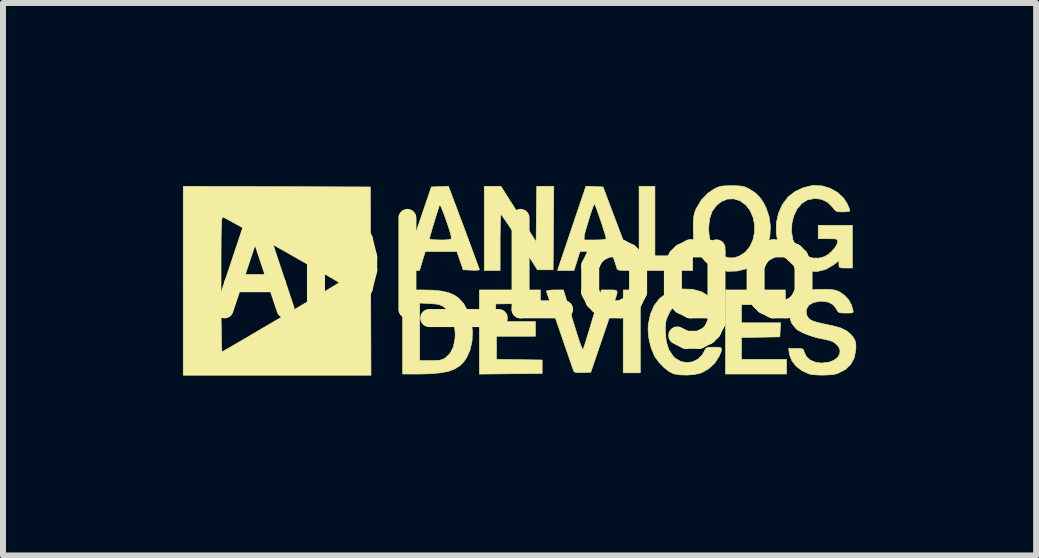
<source format=kicad_pcb>
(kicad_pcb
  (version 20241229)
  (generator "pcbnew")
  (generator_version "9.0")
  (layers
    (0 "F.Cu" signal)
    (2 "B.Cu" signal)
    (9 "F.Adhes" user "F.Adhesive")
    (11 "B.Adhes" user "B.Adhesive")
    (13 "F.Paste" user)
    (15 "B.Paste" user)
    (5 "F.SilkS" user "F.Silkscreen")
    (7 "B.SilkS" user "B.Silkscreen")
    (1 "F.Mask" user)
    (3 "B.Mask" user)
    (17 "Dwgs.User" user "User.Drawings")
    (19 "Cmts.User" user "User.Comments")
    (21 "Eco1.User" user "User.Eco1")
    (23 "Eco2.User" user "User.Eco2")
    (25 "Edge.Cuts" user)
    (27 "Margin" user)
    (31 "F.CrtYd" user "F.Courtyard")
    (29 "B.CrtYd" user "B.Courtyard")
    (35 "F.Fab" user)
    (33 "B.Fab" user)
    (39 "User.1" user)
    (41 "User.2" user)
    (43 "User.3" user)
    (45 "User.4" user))
  (footprint "ADI_Logo"
    (layer "F.Cu")
    (at 5.593 1.418)
    (property "Reference" "ADI_Logo" (at 0 0 0) (layer "F.SilkS") (effects (font (size 1.524 1.524) (thickness 0.3))))
    (attr through_hole)
    (fp_poly (pts (xy 2.032 1.748) (xy 1.748 1.748) (xy 1.748 0.366) (xy 2.032 0.366) (xy 2.032 1.748)) (stroke (width 0.01) (type solid)) (fill yes) (layer "F.SilkS"))
    (fp_poly (pts (xy 2.276 -0.203) (xy 2.906 -0.203) (xy 2.906 0.041) (xy 2.012 0.041) (xy 2.012 -1.361) (xy 2.276 -1.361) (xy 2.276 -0.203)) (stroke (width 0.01) (type solid)) (fill yes) (layer "F.SilkS"))
    (fp_poly (pts (xy 4.45 0.61) (xy 3.719 0.61) (xy 3.719 0.914) (xy 4.371 0.914) (xy 4.359 1.148) (xy 4.039 1.154) (xy 3.719 1.159) (xy 3.719 1.524) (xy 4.47 1.524) (xy 4.47 1.768) (xy 3.454 1.768) (xy 3.454 0.366) (xy 4.45 0.366) (xy 4.45 0.61)) (stroke (width 0.01) (type solid)) (fill yes) (layer "F.SilkS"))
    (fp_poly (pts (xy 0.366 0.588) (xy -0.005 0.594) (xy -0.376 0.599) (xy -0.382 0.747) (xy -0.388 0.894) (xy 0.284 0.894) (xy 0.284 1.138) (xy -0.366 1.138) (xy -0.366 1.523) (xy 0.015 1.529) (xy 0.396 1.534) (xy 0.396 1.758) (xy -0.65 1.769) (xy -0.65 0.366) (xy 0.366 0.366) (xy 0.366 0.588)) (stroke (width 0.01) (type solid)) (fill yes) (layer "F.SilkS"))
    (fp_poly (pts (xy 0.295 -0.437) (xy 0.306 -1.361) (xy 0.59 -1.361) (xy 0.584 -0.665) (xy 0.579 0.03) (xy 0.318 0.03) (xy 0.022 -0.431) (xy -0.057 -0.553) (xy -0.129 -0.663) (xy -0.191 -0.756) (xy -0.241 -0.828) (xy -0.274 -0.876) (xy -0.289 -0.893) (xy -0.29 -0.893) (xy -0.294 -0.874) (xy -0.298 -0.82) (xy -0.301 -0.737) (xy -0.303 -0.629) (xy -0.305 -0.504) (xy -0.305 -0.427) (xy -0.305 0.041) (xy -0.569 0.041) (xy -0.569 -1.361) (xy -0.291 -1.361) (xy 0.295 -0.437)) (stroke (width 0.01) (type solid)) (fill yes) (layer "F.SilkS"))
    (fp_poly (pts (xy -1.437 0.37) (xy -1.29 0.384) (xy -1.171 0.41) (xy -1.075 0.449) (xy -0.996 0.504) (xy -0.928 0.576) (xy -0.905 0.609) (xy -0.831 0.745) (xy -0.785 0.898) (xy -0.766 1.06) (xy -0.773 1.22) (xy -0.808 1.372) (xy -0.869 1.505) (xy -0.911 1.565) (xy -0.979 1.632) (xy -1.062 1.683) (xy -1.164 1.722) (xy -1.292 1.747) (xy -1.449 1.762) (xy -1.641 1.768) (xy -1.661 1.768) (xy -1.93 1.768) (xy -1.93 1.544) (xy -1.646 1.544) (xy -1.466 1.544) (xy -1.373 1.543) (xy -1.31 1.537) (xy -1.263 1.524) (xy -1.222 1.502) (xy -1.217 1.499) (xy -1.137 1.422) (xy -1.084 1.316) (xy -1.057 1.18) (xy -1.053 1.101) (xy -1.067 0.942) (xy -1.11 0.809) (xy -1.18 0.703) (xy -1.229 0.66) (xy -1.272 0.63) (xy -1.317 0.612) (xy -1.375 0.601) (xy -1.459 0.594) (xy -1.475 0.593) (xy -1.646 0.584) (xy -1.646 1.544) (xy -1.93 1.544) (xy -1.93 0.366) (xy -1.619 0.366) (xy -1.437 0.37)) (stroke (width 0.01) (type solid)) (fill yes) (layer "F.SilkS"))
    (fp_poly (pts (xy 0.82 0.594) (xy 0.855 0.705) (xy 0.896 0.839) (xy 0.939 0.977) (xy 0.978 1.103) (xy 1.01 1.202) (xy 1.038 1.282) (xy 1.061 1.336) (xy 1.075 1.358) (xy 1.079 1.357) (xy 1.089 1.329) (xy 1.109 1.27) (xy 1.135 1.187) (xy 1.165 1.088) (xy 1.178 1.046) (xy 1.215 0.923) (xy 1.254 0.793) (xy 1.291 0.67) (xy 1.321 0.571) (xy 1.323 0.564) (xy 1.384 0.366) (xy 1.515 0.366) (xy 1.586 0.367) (xy 1.625 0.372) (xy 1.642 0.385) (xy 1.645 0.408) (xy 1.645 0.411) (xy 1.638 0.441) (xy 1.62 0.504) (xy 1.591 0.596) (xy 1.554 0.712) (xy 1.51 0.846) (xy 1.46 0.995) (xy 1.425 1.097) (xy 1.207 1.737) (xy 1.071 1.743) (xy 0.989 1.744) (xy 0.942 1.737) (xy 0.925 1.723) (xy 0.901 1.658) (xy 0.869 1.567) (xy 0.831 1.456) (xy 0.787 1.329) (xy 0.74 1.193) (xy 0.692 1.052) (xy 0.644 0.912) (xy 0.598 0.778) (xy 0.556 0.655) (xy 0.521 0.549) (xy 0.493 0.465) (xy 0.474 0.409) (xy 0.467 0.385) (xy 0.467 0.385) (xy 0.486 0.376) (xy 0.535 0.369) (xy 0.604 0.366) (xy 0.608 0.366) (xy 0.75 0.366) (xy 0.82 0.594)) (stroke (width 0.01) (type solid)) (fill yes) (layer "F.SilkS"))
    (fp_poly (pts (xy 1.268 -1.357) (xy 1.411 -1.351) (xy 1.66 -0.691) (xy 1.719 -0.535) (xy 1.774 -0.39) (xy 1.822 -0.261) (xy 1.863 -0.152) (xy 1.894 -0.068) (xy 1.915 -0.014) (xy 1.921 0.005) (xy 1.923 0.024) (xy 1.908 0.035) (xy 1.869 0.039) (xy 1.796 0.041) (xy 1.792 0.041) (xy 1.717 0.04) (xy 1.674 0.035) (xy 1.651 0.022) (xy 1.64 -0.001) (xy 1.637 -0.011) (xy 1.623 -0.059) (xy 1.6 -0.127) (xy 1.583 -0.174) (xy 1.541 -0.286) (xy 1.284 -0.28) (xy 1.026 -0.274) (xy 0.977 -0.117) (xy 0.927 0.041) (xy 0.652 0.041) (xy 0.843 -0.524) (xy 1.097 -0.524) (xy 1.097 -0.467) (xy 1.28 -0.467) (xy 1.375 -0.469) (xy 1.433 -0.475) (xy 1.46 -0.486) (xy 1.463 -0.493) (xy 1.457 -0.521) (xy 1.441 -0.578) (xy 1.417 -0.653) (xy 1.389 -0.741) (xy 1.358 -0.831) (xy 1.328 -0.918) (xy 1.302 -0.992) (xy 1.281 -1.045) (xy 1.269 -1.07) (xy 1.268 -1.071) (xy 1.254 -1.045) (xy 1.233 -0.989) (xy 1.207 -0.912) (xy 1.179 -0.823) (xy 1.151 -0.731) (xy 1.126 -0.646) (xy 1.107 -0.577) (xy 1.098 -0.532) (xy 1.097 -0.524) (xy 0.843 -0.524) (xy 0.889 -0.661) (xy 1.126 -1.363) (xy 1.268 -1.357)) (stroke (width 0.01) (type solid)) (fill yes) (layer "F.SilkS"))
    (fp_poly (pts (xy -0.908 -0.675) (xy -0.849 -0.516) (xy -0.795 -0.37) (xy -0.747 -0.24) (xy -0.707 -0.131) (xy -0.676 -0.047) (xy -0.657 0.007) (xy -0.65 0.028) (xy -0.669 0.035) (xy -0.717 0.038) (xy -0.785 0.036) (xy -0.92 0.03) (xy -1.026 -0.274) (xy -1.553 -0.274) (xy -1.601 -0.117) (xy -1.648 0.041) (xy -1.779 0.041) (xy -1.858 0.038) (xy -1.899 0.028) (xy -1.909 0.015) (xy -1.902 -0.009) (xy -1.884 -0.068) (xy -1.856 -0.156) (xy -1.818 -0.268) (xy -1.774 -0.401) (xy -1.745 -0.486) (xy -1.483 -0.486) (xy -1.465 -0.478) (xy -1.414 -0.471) (xy -1.341 -0.468) (xy -1.3 -0.467) (xy -1.213 -0.468) (xy -1.159 -0.472) (xy -1.13 -0.479) (xy -1.119 -0.493) (xy -1.118 -0.504) (xy -1.124 -0.541) (xy -1.14 -0.603) (xy -1.165 -0.681) (xy -1.194 -0.768) (xy -1.225 -0.855) (xy -1.255 -0.936) (xy -1.281 -1) (xy -1.301 -1.042) (xy -1.312 -1.052) (xy -1.321 -1.03) (xy -1.338 -0.978) (xy -1.362 -0.904) (xy -1.389 -0.816) (xy -1.417 -0.724) (xy -1.443 -0.637) (xy -1.464 -0.562) (xy -1.479 -0.508) (xy -1.483 -0.486) (xy -1.745 -0.486) (xy -1.724 -0.549) (xy -1.679 -0.681) (xy -1.451 -1.351) (xy -1.309 -1.357) (xy -1.166 -1.363) (xy -0.908 -0.675)) (stroke (width 0.01) (type solid)) (fill yes) (layer "F.SilkS"))
    (fp_poly (pts (xy -4.028 -1.356) (xy -2.469 -1.351) (xy -2.458 1.788) (xy -5.588 1.788) (xy -5.588 0.25) (xy -4.958 0.25) (xy -4.958 0.275) (xy -4.958 0.484) (xy -4.957 0.681) (xy -4.956 0.862) (xy -4.954 1.022) (xy -4.952 1.159) (xy -4.949 1.268) (xy -4.946 1.347) (xy -4.943 1.391) (xy -4.941 1.399) (xy -4.921 1.387) (xy -4.869 1.357) (xy -4.788 1.311) (xy -4.682 1.249) (xy -4.554 1.174) (xy -4.407 1.088) (xy -4.245 0.992) (xy -4.07 0.89) (xy -3.956 0.823) (xy -3.776 0.717) (xy -3.606 0.616) (xy -3.451 0.524) (xy -3.312 0.442) (xy -3.194 0.371) (xy -3.1 0.314) (xy -3.032 0.273) (xy -2.995 0.249) (xy -2.988 0.244) (xy -3.005 0.232) (xy -3.053 0.203) (xy -3.13 0.158) (xy -3.229 0.101) (xy -3.349 0.032) (xy -3.485 -0.045) (xy -3.633 -0.129) (xy -3.788 -0.217) (xy -3.948 -0.308) (xy -4.109 -0.398) (xy -4.265 -0.486) (xy -4.414 -0.569) (xy -4.551 -0.646) (xy -4.673 -0.713) (xy -4.776 -0.77) (xy -4.855 -0.813) (xy -4.908 -0.84) (xy -4.928 -0.85) (xy -4.935 -0.847) (xy -4.94 -0.834) (xy -4.945 -0.807) (xy -4.949 -0.764) (xy -4.952 -0.702) (xy -4.954 -0.617) (xy -4.956 -0.506) (xy -4.957 -0.367) (xy -4.958 -0.197) (xy -4.958 0.008) (xy -4.958 0.25) (xy -5.588 0.25) (xy -5.588 -1.362) (xy -4.028 -1.356)) (stroke (width 0.01) (type solid)) (fill yes) (layer "F.SilkS"))
    (fp_poly (pts (xy 2.902 0.355) (xy 3.048 0.395) (xy 3.172 0.468) (xy 3.273 0.574) (xy 3.335 0.68) (xy 3.394 0.803) (xy 3.258 0.809) (xy 3.182 0.81) (xy 3.137 0.805) (xy 3.112 0.792) (xy 3.102 0.778) (xy 3.077 0.744) (xy 3.034 0.694) (xy 2.998 0.657) (xy 2.914 0.588) (xy 2.833 0.556) (xy 2.746 0.562) (xy 2.667 0.592) (xy 2.607 0.627) (xy 2.563 0.67) (xy 2.523 0.734) (xy 2.51 0.761) (xy 2.479 0.827) (xy 2.46 0.884) (xy 2.452 0.947) (xy 2.449 1.032) (xy 2.449 1.055) (xy 2.464 1.221) (xy 2.506 1.358) (xy 2.576 1.466) (xy 2.612 1.502) (xy 2.703 1.557) (xy 2.802 1.578) (xy 2.901 1.565) (xy 2.991 1.522) (xy 3.066 1.449) (xy 3.11 1.368) (xy 3.124 1.342) (xy 3.148 1.328) (xy 3.192 1.322) (xy 3.261 1.321) (xy 3.336 1.322) (xy 3.377 1.332) (xy 3.389 1.357) (xy 3.376 1.405) (xy 3.345 1.474) (xy 3.275 1.584) (xy 3.177 1.676) (xy 3.064 1.742) (xy 3.02 1.758) (xy 2.925 1.777) (xy 2.813 1.785) (xy 2.701 1.782) (xy 2.606 1.768) (xy 2.584 1.762) (xy 2.511 1.725) (xy 2.43 1.661) (xy 2.352 1.581) (xy 2.287 1.495) (xy 2.269 1.466) (xy 2.215 1.338) (xy 2.178 1.191) (xy 2.162 1.044) (xy 2.165 0.945) (xy 2.201 0.771) (xy 2.264 0.626) (xy 2.354 0.509) (xy 2.469 0.423) (xy 2.608 0.369) (xy 2.733 0.35) (xy 2.902 0.355)) (stroke (width 0.01) (type solid)) (fill yes) (layer "F.SilkS"))
    (fp_poly (pts (xy 3.65 -1.37) (xy 3.717 -1.365) (xy 3.768 -1.354) (xy 3.818 -1.333) (xy 3.857 -1.312) (xy 3.95 -1.252) (xy 4.022 -1.181) (xy 4.085 -1.09) (xy 4.13 -1.002) (xy 4.181 -0.851) (xy 4.202 -0.692) (xy 4.193 -0.533) (xy 4.157 -0.38) (xy 4.094 -0.241) (xy 4.006 -0.123) (xy 3.924 -0.053) (xy 3.794 0.014) (xy 3.645 0.051) (xy 3.489 0.055) (xy 3.388 0.039) (xy 3.245 -0.015) (xy 3.12 -0.105) (xy 3.016 -0.229) (xy 2.963 -0.322) (xy 2.942 -0.37) (xy 2.928 -0.417) (xy 2.92 -0.476) (xy 2.917 -0.556) (xy 2.916 -0.65) (xy 2.916 -0.672) (xy 3.172 -0.672) (xy 3.174 -0.61) (xy 3.184 -0.511) (xy 3.201 -0.436) (xy 3.231 -0.371) (xy 3.236 -0.362) (xy 3.283 -0.289) (xy 3.327 -0.243) (xy 3.381 -0.21) (xy 3.429 -0.192) (xy 3.522 -0.168) (xy 3.604 -0.171) (xy 3.689 -0.201) (xy 3.786 -0.266) (xy 3.86 -0.358) (xy 3.911 -0.469) (xy 3.937 -0.593) (xy 3.938 -0.721) (xy 3.912 -0.847) (xy 3.86 -0.963) (xy 3.792 -1.049) (xy 3.696 -1.12) (xy 3.591 -1.153) (xy 3.484 -1.149) (xy 3.381 -1.106) (xy 3.302 -1.042) (xy 3.229 -0.942) (xy 3.187 -0.82) (xy 3.172 -0.672) (xy 2.916 -0.672) (xy 2.917 -0.758) (xy 2.921 -0.837) (xy 2.931 -0.895) (xy 2.946 -0.946) (xy 2.962 -0.984) (xy 3.049 -1.131) (xy 3.161 -1.248) (xy 3.254 -1.311) (xy 3.31 -1.34) (xy 3.358 -1.358) (xy 3.413 -1.367) (xy 3.487 -1.371) (xy 3.556 -1.372) (xy 3.65 -1.37)) (stroke (width 0.01) (type solid)) (fill yes) (layer "F.SilkS"))
    (fp_poly (pts (xy 5.065 -1.369) (xy 5.199 -1.328) (xy 5.321 -1.259) (xy 5.421 -1.166) (xy 5.484 -1.068) (xy 5.509 -1.01) (xy 5.525 -0.967) (xy 5.527 -0.955) (xy 5.509 -0.944) (xy 5.46 -0.937) (xy 5.41 -0.935) (xy 5.343 -0.937) (xy 5.301 -0.947) (xy 5.27 -0.971) (xy 5.238 -1.014) (xy 5.158 -1.094) (xy 5.058 -1.144) (xy 4.946 -1.159) (xy 4.832 -1.139) (xy 4.81 -1.131) (xy 4.72 -1.072) (xy 4.646 -0.983) (xy 4.592 -0.872) (xy 4.56 -0.745) (xy 4.553 -0.612) (xy 4.574 -0.479) (xy 4.574 -0.478) (xy 4.625 -0.361) (xy 4.701 -0.268) (xy 4.796 -0.202) (xy 4.903 -0.166) (xy 5.017 -0.165) (xy 5.106 -0.19) (xy 5.166 -0.226) (xy 5.227 -0.28) (xy 5.28 -0.342) (xy 5.315 -0.401) (xy 5.324 -0.437) (xy 5.322 -0.462) (xy 5.311 -0.477) (xy 5.283 -0.485) (xy 5.23 -0.487) (xy 5.161 -0.488) (xy 4.999 -0.488) (xy 4.999 -0.711) (xy 5.568 -0.711) (xy 5.568 0) (xy 5.456 0) (xy 5.392 -0.001) (xy 5.359 -0.008) (xy 5.346 -0.026) (xy 5.344 -0.06) (xy 5.344 -0.122) (xy 5.252 -0.051) (xy 5.124 0.023) (xy 4.988 0.057) (xy 4.844 0.052) (xy 4.765 0.033) (xy 4.652 -0.011) (xy 4.562 -0.067) (xy 4.48 -0.146) (xy 4.473 -0.154) (xy 4.384 -0.285) (xy 4.325 -0.434) (xy 4.298 -0.593) (xy 4.302 -0.755) (xy 4.337 -0.913) (xy 4.402 -1.058) (xy 4.498 -1.185) (xy 4.504 -1.191) (xy 4.612 -1.274) (xy 4.745 -1.336) (xy 4.887 -1.372) (xy 4.925 -1.376) (xy 5.065 -1.369)) (stroke (width 0.01) (type solid)) (fill yes) (layer "F.SilkS"))
    (fp_poly (pts (xy 5.178 0.357) (xy 5.248 0.364) (xy 5.302 0.376) (xy 5.351 0.397) (xy 5.358 0.401) (xy 5.44 0.459) (xy 5.508 0.534) (xy 5.551 0.612) (xy 5.555 0.625) (xy 5.571 0.681) (xy 5.579 0.711) (xy 5.582 0.733) (xy 5.57 0.745) (xy 5.533 0.751) (xy 5.465 0.751) (xy 5.462 0.751) (xy 5.392 0.75) (xy 5.35 0.743) (xy 5.326 0.726) (xy 5.308 0.694) (xy 5.304 0.685) (xy 5.249 0.613) (xy 5.167 0.569) (xy 5.061 0.554) (xy 5.02 0.556) (xy 4.915 0.577) (xy 4.845 0.618) (xy 4.807 0.679) (xy 4.799 0.718) (xy 4.804 0.783) (xy 4.835 0.834) (xy 4.841 0.84) (xy 4.862 0.859) (xy 4.887 0.875) (xy 4.923 0.889) (xy 4.976 0.905) (xy 5.051 0.923) (xy 5.156 0.946) (xy 5.246 0.965) (xy 5.377 1.001) (xy 5.475 1.05) (xy 5.551 1.115) (xy 5.584 1.159) (xy 5.611 1.205) (xy 5.624 1.252) (xy 5.627 1.315) (xy 5.625 1.364) (xy 5.6 1.496) (xy 5.542 1.606) (xy 5.451 1.693) (xy 5.325 1.757) (xy 5.306 1.764) (xy 5.247 1.776) (xy 5.161 1.783) (xy 5.064 1.786) (xy 4.969 1.783) (xy 4.889 1.776) (xy 4.853 1.768) (xy 4.732 1.715) (xy 4.632 1.639) (xy 4.559 1.545) (xy 4.519 1.44) (xy 4.517 1.424) (xy 4.506 1.341) (xy 4.629 1.341) (xy 4.697 1.342) (xy 4.735 1.349) (xy 4.754 1.365) (xy 4.763 1.395) (xy 4.764 1.4) (xy 4.801 1.478) (xy 4.87 1.538) (xy 4.964 1.575) (xy 5.059 1.585) (xy 5.17 1.573) (xy 5.259 1.54) (xy 5.322 1.492) (xy 5.357 1.434) (xy 5.363 1.37) (xy 5.335 1.306) (xy 5.273 1.248) (xy 5.232 1.224) (xy 5.187 1.208) (xy 5.123 1.193) (xy 5.1 1.189) (xy 4.977 1.163) (xy 4.856 1.126) (xy 4.748 1.083) (xy 4.663 1.038) (xy 4.626 1.01) (xy 4.556 0.92) (xy 4.523 0.82) (xy 4.524 0.716) (xy 4.558 0.615) (xy 4.624 0.521) (xy 4.72 0.442) (xy 4.764 0.417) (xy 4.825 0.388) (xy 4.878 0.369) (xy 4.936 0.36) (xy 5.012 0.356) (xy 5.079 0.356) (xy 5.178 0.357)) (stroke (width 0.01) (type solid)) (fill yes) (layer "F.SilkS")))
  (gr_rect
    (start -3 -3)
    (end 14.225 6.211)
    (stroke (width 0.1) (type default))
    (fill no)
    (layer "Edge.Cuts")))
</source>
